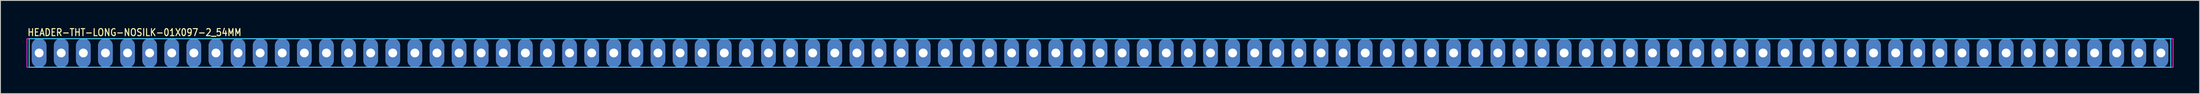
<source format=kicad_pcb>
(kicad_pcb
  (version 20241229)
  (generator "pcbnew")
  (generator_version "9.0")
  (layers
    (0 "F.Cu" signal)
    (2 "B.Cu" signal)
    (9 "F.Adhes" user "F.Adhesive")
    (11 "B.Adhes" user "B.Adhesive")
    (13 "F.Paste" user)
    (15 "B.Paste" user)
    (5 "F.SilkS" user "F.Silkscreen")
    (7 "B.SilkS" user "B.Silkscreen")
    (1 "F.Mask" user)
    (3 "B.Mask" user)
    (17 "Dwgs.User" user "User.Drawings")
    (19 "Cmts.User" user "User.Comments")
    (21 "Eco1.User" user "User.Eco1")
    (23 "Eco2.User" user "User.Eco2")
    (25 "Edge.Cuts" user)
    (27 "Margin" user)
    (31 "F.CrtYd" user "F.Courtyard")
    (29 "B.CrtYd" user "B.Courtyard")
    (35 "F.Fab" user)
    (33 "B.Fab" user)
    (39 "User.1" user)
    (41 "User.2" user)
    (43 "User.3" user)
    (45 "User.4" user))
  (footprint "HEADER-THT-LONG-NOSILK-01X097-2_54MM"
    (layer "F.Cu")
    (at 1.447 3.079)
    (property "Reference" "HEADER-THT-LONG-NOSILK-01X097-2_54MM" (at -1.4 -1.9 0) (unlocked yes) (layer "F.SilkS") (effects (font (size 0.813 0.695) (thickness 0.122)) (justify left bottom)))
    (fp_poly (pts (xy -1.143 -1.651) (xy 244.983 -1.651) (xy 244.983 1.651) (xy -1.143 1.651)) (stroke (width 0.1) (type solid)) (fill no) (layer "B.CrtYd"))
    (fp_poly (pts (xy -1.397 -1.651) (xy 245.237 -1.651) (xy 245.237 1.651) (xy -1.397 1.651)) (stroke (width 0.1) (type solid)) (fill no) (layer "F.CrtYd"))
    (pad "1" thru_hole oval (at 0 0 90) (size 3.387 1.693) (drill 1.016) (layers "*.Cu" "*.Mask"))
    (pad "2" thru_hole oval (at 2.54 0 90) (size 3.387 1.693) (drill 1.016) (layers "*.Cu" "*.Mask"))
    (pad "3" thru_hole oval (at 5.08 0 90) (size 3.387 1.693) (drill 1.016) (layers "*.Cu" "*.Mask"))
    (pad "4" thru_hole oval (at 7.62 0 90) (size 3.387 1.693) (drill 1.016) (layers "*.Cu" "*.Mask"))
    (pad "5" thru_hole oval (at 10.16 0 90) (size 3.387 1.693) (drill 1.016) (layers "*.Cu" "*.Mask"))
    (pad "6" thru_hole oval (at 12.7 0 90) (size 3.387 1.693) (drill 1.016) (layers "*.Cu" "*.Mask"))
    (pad "7" thru_hole oval (at 15.24 0 90) (size 3.387 1.693) (drill 1.016) (layers "*.Cu" "*.Mask"))
    (pad "8" thru_hole oval (at 17.78 0 90) (size 3.387 1.693) (drill 1.016) (layers "*.Cu" "*.Mask"))
    (pad "9" thru_hole oval (at 20.32 0 90) (size 3.387 1.693) (drill 1.016) (layers "*.Cu" "*.Mask"))
    (pad "10" thru_hole oval (at 22.86 0 90) (size 3.387 1.693) (drill 1.016) (layers "*.Cu" "*.Mask"))
    (pad "11" thru_hole oval (at 25.4 0 90) (size 3.387 1.693) (drill 1.016) (layers "*.Cu" "*.Mask"))
    (pad "12" thru_hole oval (at 27.94 0 90) (size 3.387 1.693) (drill 1.016) (layers "*.Cu" "*.Mask"))
    (pad "13" thru_hole oval (at 30.48 0 90) (size 3.387 1.693) (drill 1.016) (layers "*.Cu" "*.Mask"))
    (pad "14" thru_hole oval (at 33.02 0 90) (size 3.387 1.693) (drill 1.016) (layers "*.Cu" "*.Mask"))
    (pad "15" thru_hole oval (at 35.56 0 90) (size 3.387 1.693) (drill 1.016) (layers "*.Cu" "*.Mask"))
    (pad "16" thru_hole oval (at 38.1 0 90) (size 3.387 1.693) (drill 1.016) (layers "*.Cu" "*.Mask"))
    (pad "17" thru_hole oval (at 40.64 0 90) (size 3.387 1.693) (drill 1.016) (layers "*.Cu" "*.Mask"))
    (pad "18" thru_hole oval (at 43.18 0 90) (size 3.387 1.693) (drill 1.016) (layers "*.Cu" "*.Mask"))
    (pad "19" thru_hole oval (at 45.72 0 90) (size 3.387 1.693) (drill 1.016) (layers "*.Cu" "*.Mask"))
    (pad "20" thru_hole oval (at 48.26 0 90) (size 3.387 1.693) (drill 1.016) (layers "*.Cu" "*.Mask"))
    (pad "21" thru_hole oval (at 50.8 0 90) (size 3.387 1.693) (drill 1.016) (layers "*.Cu" "*.Mask"))
    (pad "22" thru_hole oval (at 53.34 0 90) (size 3.387 1.693) (drill 1.016) (layers "*.Cu" "*.Mask"))
    (pad "23" thru_hole oval (at 55.88 0 90) (size 3.387 1.693) (drill 1.016) (layers "*.Cu" "*.Mask"))
    (pad "24" thru_hole oval (at 58.42 0 90) (size 3.387 1.693) (drill 1.016) (layers "*.Cu" "*.Mask"))
    (pad "25" thru_hole oval (at 60.96 0 90) (size 3.387 1.693) (drill 1.016) (layers "*.Cu" "*.Mask"))
    (pad "26" thru_hole oval (at 63.5 0 90) (size 3.387 1.693) (drill 1.016) (layers "*.Cu" "*.Mask"))
    (pad "27" thru_hole oval (at 66.04 0 90) (size 3.387 1.693) (drill 1.016) (layers "*.Cu" "*.Mask"))
    (pad "28" thru_hole oval (at 68.58 0 90) (size 3.387 1.693) (drill 1.016) (layers "*.Cu" "*.Mask"))
    (pad "29" thru_hole oval (at 71.12 0 90) (size 3.387 1.693) (drill 1.016) (layers "*.Cu" "*.Mask"))
    (pad "30" thru_hole oval (at 73.66 0 90) (size 3.387 1.693) (drill 1.016) (layers "*.Cu" "*.Mask"))
    (pad "31" thru_hole oval (at 76.2 0 90) (size 3.387 1.693) (drill 1.016) (layers "*.Cu" "*.Mask"))
    (pad "32" thru_hole oval (at 78.74 0 90) (size 3.387 1.693) (drill 1.016) (layers "*.Cu" "*.Mask"))
    (pad "33" thru_hole oval (at 81.28 0 90) (size 3.387 1.693) (drill 1.016) (layers "*.Cu" "*.Mask"))
    (pad "34" thru_hole oval (at 83.82 0 90) (size 3.387 1.693) (drill 1.016) (layers "*.Cu" "*.Mask"))
    (pad "35" thru_hole oval (at 86.36 0 90) (size 3.387 1.693) (drill 1.016) (layers "*.Cu" "*.Mask"))
    (pad "36" thru_hole oval (at 88.9 0 90) (size 3.387 1.693) (drill 1.016) (layers "*.Cu" "*.Mask"))
    (pad "37" thru_hole oval (at 91.44 0 90) (size 3.387 1.693) (drill 1.016) (layers "*.Cu" "*.Mask"))
    (pad "38" thru_hole oval (at 93.98 0 90) (size 3.387 1.693) (drill 1.016) (layers "*.Cu" "*.Mask"))
    (pad "39" thru_hole oval (at 96.52 0 90) (size 3.387 1.693) (drill 1.016) (layers "*.Cu" "*.Mask"))
    (pad "40" thru_hole oval (at 99.06 0 90) (size 3.387 1.693) (drill 1.016) (layers "*.Cu" "*.Mask"))
    (pad "41" thru_hole oval (at 101.6 0 90) (size 3.387 1.693) (drill 1.016) (layers "*.Cu" "*.Mask"))
    (pad "42" thru_hole oval (at 104.14 0 90) (size 3.387 1.693) (drill 1.016) (layers "*.Cu" "*.Mask"))
    (pad "43" thru_hole oval (at 106.68 0 90) (size 3.387 1.693) (drill 1.016) (layers "*.Cu" "*.Mask"))
    (pad "44" thru_hole oval (at 109.22 0 90) (size 3.387 1.693) (drill 1.016) (layers "*.Cu" "*.Mask"))
    (pad "45" thru_hole oval (at 111.76 0 90) (size 3.387 1.693) (drill 1.016) (layers "*.Cu" "*.Mask"))
    (pad "46" thru_hole oval (at 114.3 0 90) (size 3.387 1.693) (drill 1.016) (layers "*.Cu" "*.Mask"))
    (pad "47" thru_hole oval (at 116.84 0 90) (size 3.387 1.693) (drill 1.016) (layers "*.Cu" "*.Mask"))
    (pad "48" thru_hole oval (at 119.38 0 90) (size 3.387 1.693) (drill 1.016) (layers "*.Cu" "*.Mask"))
    (pad "49" thru_hole oval (at 121.92 0 90) (size 3.387 1.693) (drill 1.016) (layers "*.Cu" "*.Mask"))
    (pad "50" thru_hole oval (at 124.46 0 90) (size 3.387 1.693) (drill 1.016) (layers "*.Cu" "*.Mask"))
    (pad "51" thru_hole oval (at 127 0 90) (size 3.387 1.693) (drill 1.016) (layers "*.Cu" "*.Mask"))
    (pad "52" thru_hole oval (at 129.54 0 90) (size 3.387 1.693) (drill 1.016) (layers "*.Cu" "*.Mask"))
    (pad "53" thru_hole oval (at 132.08 0 90) (size 3.387 1.693) (drill 1.016) (layers "*.Cu" "*.Mask"))
    (pad "54" thru_hole oval (at 134.62 0 90) (size 3.387 1.693) (drill 1.016) (layers "*.Cu" "*.Mask"))
    (pad "55" thru_hole oval (at 137.16 0 90) (size 3.387 1.693) (drill 1.016) (layers "*.Cu" "*.Mask"))
    (pad "56" thru_hole oval (at 139.7 0 90) (size 3.387 1.693) (drill 1.016) (layers "*.Cu" "*.Mask"))
    (pad "57" thru_hole oval (at 142.24 0 90) (size 3.387 1.693) (drill 1.016) (layers "*.Cu" "*.Mask"))
    (pad "58" thru_hole oval (at 144.78 0 90) (size 3.387 1.693) (drill 1.016) (layers "*.Cu" "*.Mask"))
    (pad "59" thru_hole oval (at 147.32 0 90) (size 3.387 1.693) (drill 1.016) (layers "*.Cu" "*.Mask"))
    (pad "60" thru_hole oval (at 149.86 0 90) (size 3.387 1.693) (drill 1.016) (layers "*.Cu" "*.Mask"))
    (pad "61" thru_hole oval (at 152.4 0 90) (size 3.387 1.693) (drill 1.016) (layers "*.Cu" "*.Mask"))
    (pad "62" thru_hole oval (at 154.94 0 90) (size 3.387 1.693) (drill 1.016) (layers "*.Cu" "*.Mask"))
    (pad "63" thru_hole oval (at 157.48 0 90) (size 3.387 1.693) (drill 1.016) (layers "*.Cu" "*.Mask"))
    (pad "64" thru_hole oval (at 160.02 0 90) (size 3.387 1.693) (drill 1.016) (layers "*.Cu" "*.Mask"))
    (pad "65" thru_hole oval (at 162.56 0 90) (size 3.387 1.693) (drill 1.016) (layers "*.Cu" "*.Mask"))
    (pad "66" thru_hole oval (at 165.1 0 90) (size 3.387 1.693) (drill 1.016) (layers "*.Cu" "*.Mask"))
    (pad "67" thru_hole oval (at 167.64 0 90) (size 3.387 1.693) (drill 1.016) (layers "*.Cu" "*.Mask"))
    (pad "68" thru_hole oval (at 170.18 0 90) (size 3.387 1.693) (drill 1.016) (layers "*.Cu" "*.Mask"))
    (pad "69" thru_hole oval (at 172.72 0 90) (size 3.387 1.693) (drill 1.016) (layers "*.Cu" "*.Mask"))
    (pad "70" thru_hole oval (at 175.26 0 90) (size 3.387 1.693) (drill 1.016) (layers "*.Cu" "*.Mask"))
    (pad "71" thru_hole oval (at 177.8 0 90) (size 3.387 1.693) (drill 1.016) (layers "*.Cu" "*.Mask"))
    (pad "72" thru_hole oval (at 180.34 0 90) (size 3.387 1.693) (drill 1.016) (layers "*.Cu" "*.Mask"))
    (pad "73" thru_hole oval (at 182.88 0 90) (size 3.387 1.693) (drill 1.016) (layers "*.Cu" "*.Mask"))
    (pad "74" thru_hole oval (at 185.42 0 90) (size 3.387 1.693) (drill 1.016) (layers "*.Cu" "*.Mask"))
    (pad "75" thru_hole oval (at 187.96 0 90) (size 3.387 1.693) (drill 1.016) (layers "*.Cu" "*.Mask"))
    (pad "76" thru_hole oval (at 190.5 0 90) (size 3.387 1.693) (drill 1.016) (layers "*.Cu" "*.Mask"))
    (pad "77" thru_hole oval (at 193.04 0 90) (size 3.387 1.693) (drill 1.016) (layers "*.Cu" "*.Mask"))
    (pad "78" thru_hole oval (at 195.58 0 90) (size 3.387 1.693) (drill 1.016) (layers "*.Cu" "*.Mask"))
    (pad "79" thru_hole oval (at 198.12 0 90) (size 3.387 1.693) (drill 1.016) (layers "*.Cu" "*.Mask"))
    (pad "80" thru_hole oval (at 200.66 0 90) (size 3.387 1.693) (drill 1.016) (layers "*.Cu" "*.Mask"))
    (pad "81" thru_hole oval (at 203.2 0 90) (size 3.387 1.693) (drill 1.016) (layers "*.Cu" "*.Mask"))
    (pad "82" thru_hole oval (at 205.74 0 90) (size 3.387 1.693) (drill 1.016) (layers "*.Cu" "*.Mask"))
    (pad "83" thru_hole oval (at 208.28 0 90) (size 3.387 1.693) (drill 1.016) (layers "*.Cu" "*.Mask"))
    (pad "84" thru_hole oval (at 210.82 0 90) (size 3.387 1.693) (drill 1.016) (layers "*.Cu" "*.Mask"))
    (pad "85" thru_hole oval (at 213.36 0 90) (size 3.387 1.693) (drill 1.016) (layers "*.Cu" "*.Mask"))
    (pad "86" thru_hole oval (at 215.9 0 90) (size 3.387 1.693) (drill 1.016) (layers "*.Cu" "*.Mask"))
    (pad "87" thru_hole oval (at 218.44 0 90) (size 3.387 1.693) (drill 1.016) (layers "*.Cu" "*.Mask"))
    (pad "88" thru_hole oval (at 220.98 0 90) (size 3.387 1.693) (drill 1.016) (layers "*.Cu" "*.Mask"))
    (pad "89" thru_hole oval (at 223.52 0 90) (size 3.387 1.693) (drill 1.016) (layers "*.Cu" "*.Mask"))
    (pad "90" thru_hole oval (at 226.06 0 90) (size 3.387 1.693) (drill 1.016) (layers "*.Cu" "*.Mask"))
    (pad "91" thru_hole oval (at 228.6 0 90) (size 3.387 1.693) (drill 1.016) (layers "*.Cu" "*.Mask"))
    (pad "92" thru_hole oval (at 231.14 0 90) (size 3.387 1.693) (drill 1.016) (layers "*.Cu" "*.Mask"))
    (pad "93" thru_hole oval (at 233.68 0 90) (size 3.387 1.693) (drill 1.016) (layers "*.Cu" "*.Mask"))
    (pad "94" thru_hole oval (at 236.22 0 90) (size 3.387 1.693) (drill 1.016) (layers "*.Cu" "*.Mask"))
    (pad "95" thru_hole oval (at 238.76 0 90) (size 3.387 1.693) (drill 1.016) (layers "*.Cu" "*.Mask"))
    (pad "96" thru_hole oval (at 241.3 0 90) (size 3.387 1.693) (drill 1.016) (layers "*.Cu" "*.Mask"))
    (pad "97" thru_hole oval (at 243.84 0 90) (size 3.387 1.693) (drill 1.016) (layers "*.Cu" "*.Mask")))
  (gr_rect
    (start -3 -3)
    (end 249.734 7.78)
    (stroke (width 0.1) (type default))
    (fill no)
    (layer "Edge.Cuts")))
</source>
